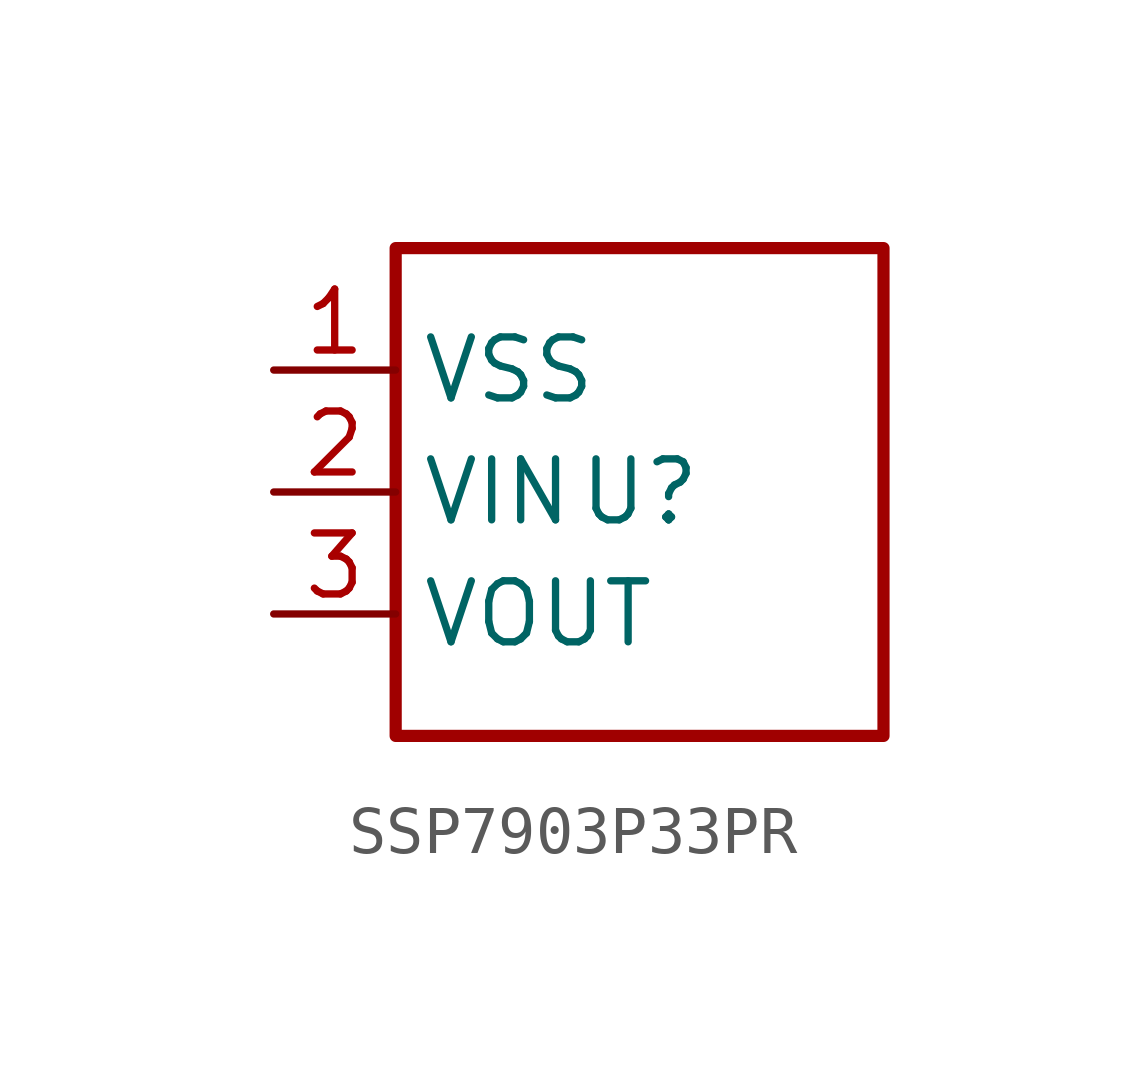
<source format=kicad_sym>
(kicad_symbol_lib
  (version 20241209)
  (generator "kicad_symbol_editor")
  (generator_version "9.0")
  (symbol "SSP7903P33PR"
    (property "Reference" "U"
      (at 0 0 0)
      (effects (font (size 1.27 1.27))))
    (property "Value" ""
      (at 0 0 0)
      (effects (font (size 1.27 1.27))))
    (symbol "SSP7903P33PR_1_0"
      (rectangle (start -5.08 5.08) (end 5.08 -5.08) (stroke (width 0.254) (type solid) (color 160 0 0 1)) (fill (type none)))
      (pin unspecified line (at -7.62 2.54 0) (length 2.54) (name "VSS" (effects (font (size 1.27 1.27)))) (number "1" (effects (font (size 1.27 1.27)))))
      (pin unspecified line (at -7.62 0 0) (length 2.54) (name "VIN" (effects (font (size 1.27 1.27)))) (number "2" (effects (font (size 1.27 1.27)))))
      (pin unspecified line (at -7.62 -2.54 0) (length 2.54) (name "VOUT" (effects (font (size 1.27 1.27)))) (number "3" (effects (font (size 1.27 1.27))))))))
</source>
